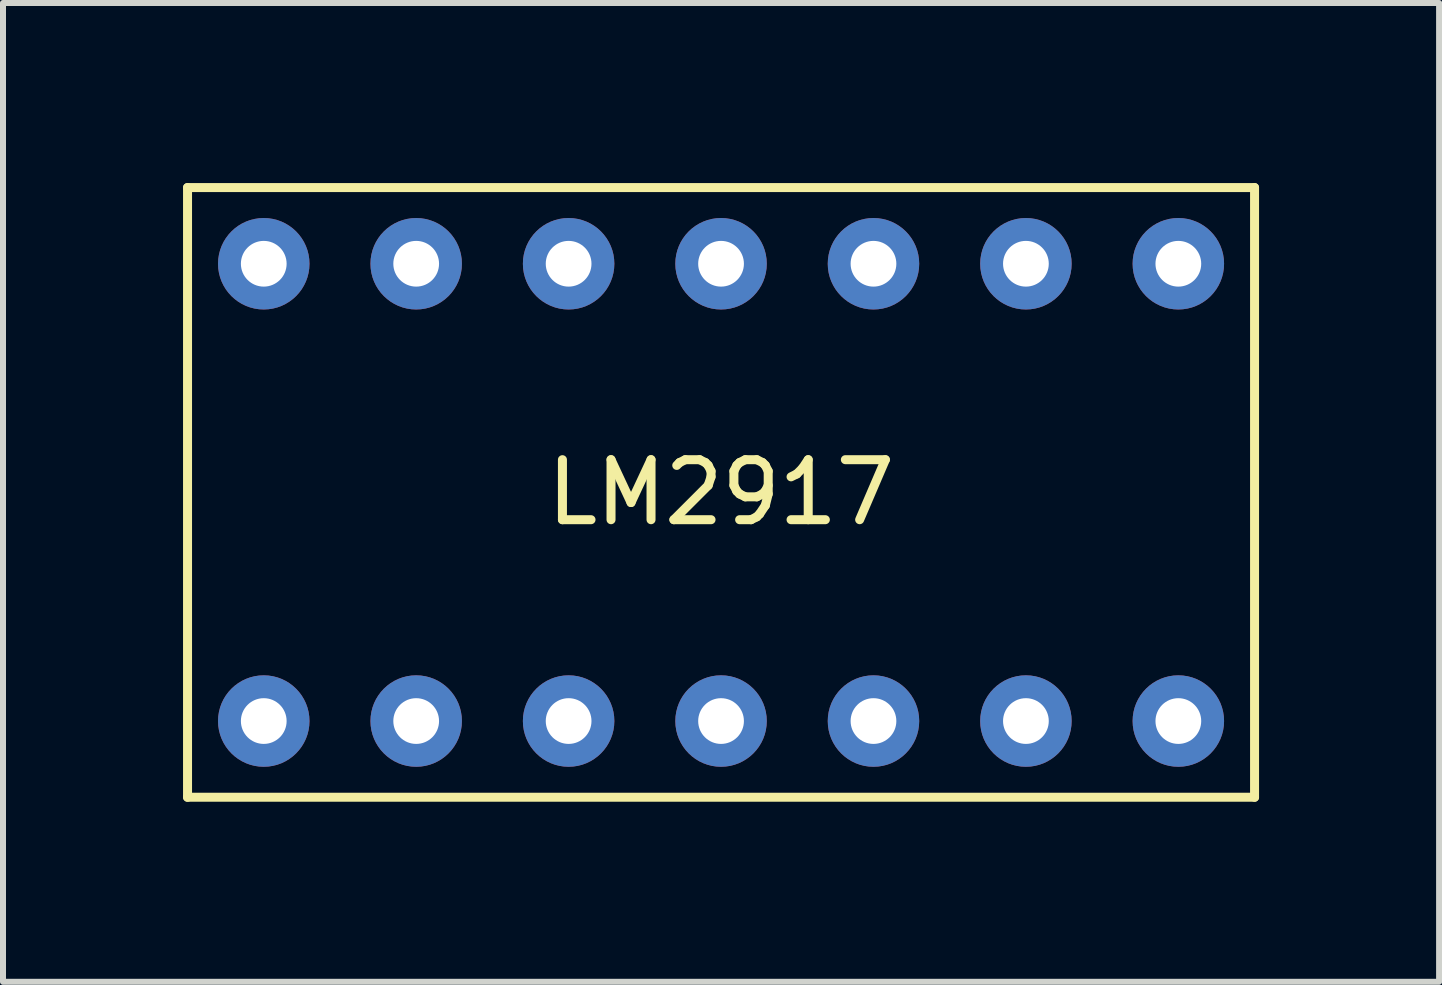
<source format=kicad_pcb>
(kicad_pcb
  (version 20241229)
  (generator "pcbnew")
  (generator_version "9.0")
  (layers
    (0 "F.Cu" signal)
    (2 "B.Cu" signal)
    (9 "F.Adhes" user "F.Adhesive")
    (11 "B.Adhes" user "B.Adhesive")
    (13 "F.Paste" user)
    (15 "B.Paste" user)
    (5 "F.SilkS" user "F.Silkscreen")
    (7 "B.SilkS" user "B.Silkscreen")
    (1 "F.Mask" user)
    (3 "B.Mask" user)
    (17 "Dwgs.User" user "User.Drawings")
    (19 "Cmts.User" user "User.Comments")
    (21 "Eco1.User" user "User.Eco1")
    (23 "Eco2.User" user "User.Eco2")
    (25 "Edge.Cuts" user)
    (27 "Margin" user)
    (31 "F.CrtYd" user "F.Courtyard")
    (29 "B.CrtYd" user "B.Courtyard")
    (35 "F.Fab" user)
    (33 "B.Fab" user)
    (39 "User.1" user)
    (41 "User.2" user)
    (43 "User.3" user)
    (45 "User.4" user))
  (footprint "LM2917"
    (layer "F.Cu")
    (at 8.965 5.155)
    (property "Reference" "LM2917" (at 0 0 0) (layer "F.SilkS") (effects (font (size 1 1) (thickness 0.15))))
    (attr through_hole)
    (fp_line (start -8.89 -5.08) (end -8.89 5.08) (stroke (width 0.15) (type solid)) (layer "F.SilkS"))
    (fp_line (start -8.89 5.08) (end 8.89 5.08) (stroke (width 0.15) (type solid)) (layer "F.SilkS"))
    (fp_line (start 8.89 -5.08) (end -8.89 -5.08) (stroke (width 0.15) (type solid)) (layer "F.SilkS"))
    (fp_line (start 8.89 5.08) (end 8.89 -5.08) (stroke (width 0.15) (type solid)) (layer "F.SilkS"))
    (pad "1" thru_hole circle (at -7.62 3.81) (size 1.524 1.524) (drill 0.762) (layers "*.Cu" "*.Mask"))
    (pad "2" thru_hole circle (at -5.08 3.81) (size 1.524 1.524) (drill 0.762) (layers "*.Cu" "*.Mask"))
    (pad "3" thru_hole circle (at -2.54 3.81) (size 1.524 1.524) (drill 0.762) (layers "*.Cu" "*.Mask"))
    (pad "4" thru_hole circle (at 0 3.81) (size 1.524 1.524) (drill 0.762) (layers "*.Cu" "*.Mask"))
    (pad "5" thru_hole circle (at 2.54 3.81) (size 1.524 1.524) (drill 0.762) (layers "*.Cu" "*.Mask"))
    (pad "6" thru_hole circle (at 5.08 3.81) (size 1.524 1.524) (drill 0.762) (layers "*.Cu" "*.Mask"))
    (pad "7" thru_hole circle (at 7.62 3.81) (size 1.524 1.524) (drill 0.762) (layers "*.Cu" "*.Mask"))
    (pad "8" thru_hole circle (at 7.62 -3.81) (size 1.524 1.524) (drill 0.762) (layers "*.Cu" "*.Mask"))
    (pad "9" thru_hole circle (at 5.08 -3.81) (size 1.524 1.524) (drill 0.762) (layers "*.Cu" "*.Mask"))
    (pad "10" thru_hole circle (at 2.54 -3.81) (size 1.524 1.524) (drill 0.762) (layers "*.Cu" "*.Mask"))
    (pad "11" thru_hole circle (at 0 -3.81) (size 1.524 1.524) (drill 0.762) (layers "*.Cu" "*.Mask"))
    (pad "12" thru_hole circle (at -2.54 -3.81) (size 1.524 1.524) (drill 0.762) (layers "*.Cu" "*.Mask"))
    (pad "13" thru_hole circle (at -5.08 -3.81) (size 1.524 1.524) (drill 0.762) (layers "*.Cu" "*.Mask"))
    (pad "14" thru_hole circle (at -7.62 -3.81) (size 1.524 1.524) (drill 0.762) (layers "*.Cu" "*.Mask")))
  (gr_rect
    (start -3 -3)
    (end 20.93 13.31)
    (stroke (width 0.1) (type default))
    (fill no)
    (layer "Edge.Cuts")))
</source>
